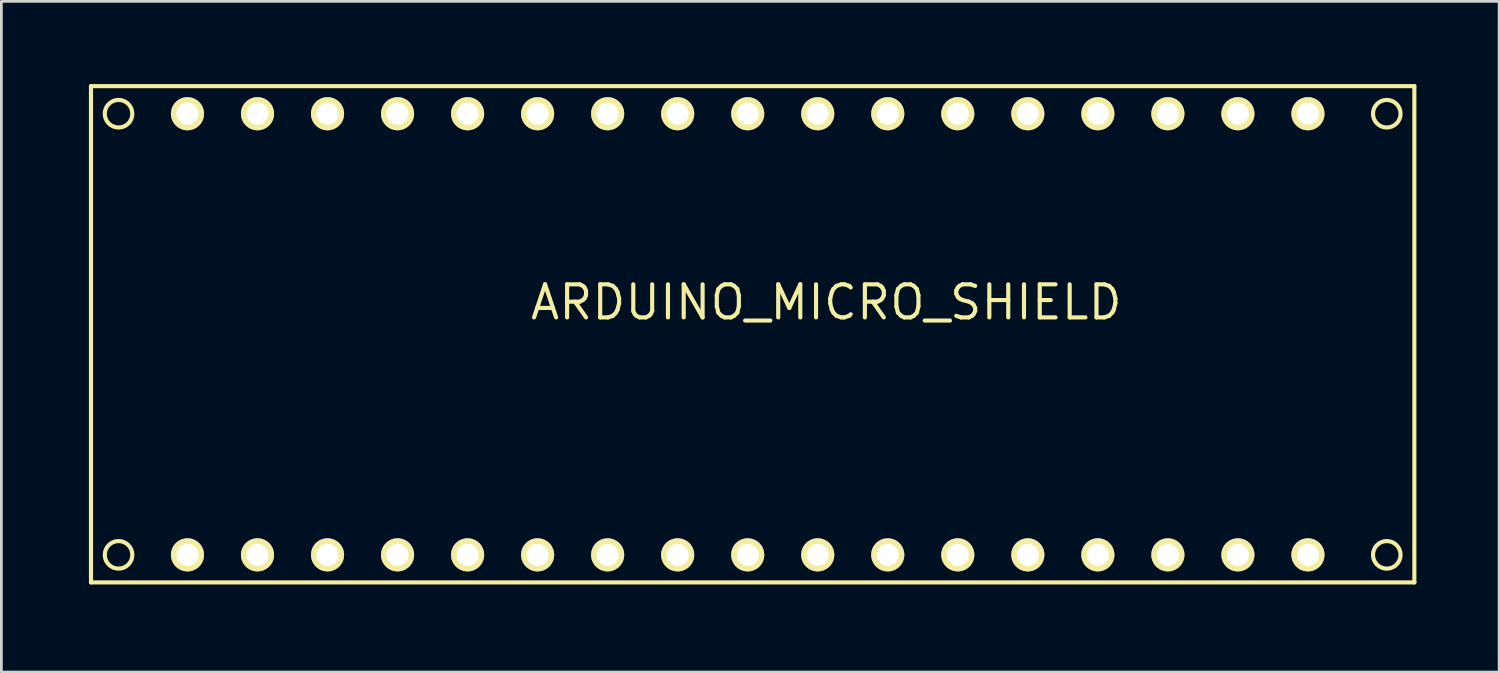
<source format=kicad_pcb>
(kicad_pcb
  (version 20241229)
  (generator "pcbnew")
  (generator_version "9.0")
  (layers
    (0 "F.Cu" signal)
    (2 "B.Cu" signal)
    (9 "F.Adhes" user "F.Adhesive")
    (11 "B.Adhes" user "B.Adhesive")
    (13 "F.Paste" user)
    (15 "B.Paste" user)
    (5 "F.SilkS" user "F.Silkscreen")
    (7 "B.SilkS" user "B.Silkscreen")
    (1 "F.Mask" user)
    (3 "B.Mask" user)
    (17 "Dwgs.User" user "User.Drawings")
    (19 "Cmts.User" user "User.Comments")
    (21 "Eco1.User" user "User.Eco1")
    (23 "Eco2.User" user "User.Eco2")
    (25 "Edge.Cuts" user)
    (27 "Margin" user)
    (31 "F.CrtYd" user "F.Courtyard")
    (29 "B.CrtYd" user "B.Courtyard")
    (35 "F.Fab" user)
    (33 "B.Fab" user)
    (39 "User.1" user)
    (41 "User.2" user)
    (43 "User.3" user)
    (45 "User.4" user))
  (footprint "ARDUINO_MICRO_SHIELD"
    (layer "F.Cu")
    (at 0.25 18.075)
    (property "Reference" "ARDUINO_MICRO_SHIELD" (at 26.67 -10.16 0) (layer "F.SilkS") (effects (font (size 1.2 1.2) (thickness 0.15))))
    (attr through_hole)
    (fp_line (start 0 -18) (end 48 -18) (stroke (width 0.15) (type solid)) (layer "F.SilkS"))
    (fp_line (start 0 0) (end 0 -18) (stroke (width 0.15) (type solid)) (layer "F.SilkS"))
    (fp_line (start 48 -18) (end 48 0) (stroke (width 0.15) (type solid)) (layer "F.SilkS"))
    (fp_line (start 48 0) (end 0 0) (stroke (width 0.15) (type solid)) (layer "F.SilkS"))
    (fp_circle (center 1 -17) (end 1.5 -17) (stroke (width 0.15) (type solid)) (fill no) (layer "F.SilkS"))
    (fp_circle (center 1 -1) (end 1.5 -1) (stroke (width 0.15) (type solid)) (fill no) (layer "F.SilkS"))
    (fp_circle (center 47 -17) (end 47.5 -17) (stroke (width 0.15) (type solid)) (fill no) (layer "F.SilkS"))
    (fp_circle (center 47 -1) (end 47.5 -1) (stroke (width 0.15) (type solid)) (fill no) (layer "F.SilkS"))
    (pad "2" thru_hole circle (at 18.74 -1) (size 1.2 1.2) (drill 0.8) (layers "*.Cu" "*.Mask" "F.SilkS"))
    (pad "3" thru_hole circle (at 21.28 -1) (size 1.2 1.2) (drill 0.8) (layers "*.Cu" "*.Mask" "F.SilkS"))
    (pad "3.3V" thru_hole circle (at 41.6 -17) (size 1.2 1.2) (drill 0.8) (layers "*.Cu" "*.Mask" "F.SilkS"))
    (pad "4" thru_hole circle (at 23.82 -1) (size 1.2 1.2) (drill 0.8) (layers "*.Cu" "*.Mask" "F.SilkS"))
    (pad "5" thru_hole circle (at 26.36 -1) (size 1.2 1.2) (drill 0.8) (layers "*.Cu" "*.Mask" "F.SilkS"))
    (pad "5V" thru_hole circle (at 16.2 -17) (size 1.2 1.2) (drill 0.8) (layers "*.Cu" "*.Mask" "F.SilkS"))
    (pad "6" thru_hole circle (at 28.9 -1) (size 1.2 1.2) (drill 0.8) (layers "*.Cu" "*.Mask" "F.SilkS"))
    (pad "7" thru_hole circle (at 31.44 -1) (size 1.2 1.2) (drill 0.8) (layers "*.Cu" "*.Mask" "F.SilkS"))
    (pad "8" thru_hole circle (at 33.98 -1) (size 1.2 1.2) (drill 0.8) (layers "*.Cu" "*.Mask" "F.SilkS"))
    (pad "9" thru_hole circle (at 36.52 -1) (size 1.2 1.2) (drill 0.8) (layers "*.Cu" "*.Mask" "F.SilkS"))
    (pad "10" thru_hole circle (at 39.06 -1) (size 1.2 1.2) (drill 0.8) (layers "*.Cu" "*.Mask" "F.SilkS"))
    (pad "11" thru_hole circle (at 41.6 -1) (size 1.2 1.2) (drill 0.8) (layers "*.Cu" "*.Mask" "F.SilkS"))
    (pad "12" thru_hole circle (at 44.14 -1) (size 1.2 1.2) (drill 0.8) (layers "*.Cu" "*.Mask" "F.SilkS"))
    (pad "13" thru_hole circle (at 44.14 -17) (size 1.2 1.2) (drill 0.8) (layers "*.Cu" "*.Mask" "F.SilkS"))
    (pad "A0" thru_hole circle (at 36.52 -17) (size 1.2 1.2) (drill 0.8) (layers "*.Cu" "*.Mask" "F.SilkS"))
    (pad "A1" thru_hole circle (at 33.98 -17) (size 1.2 1.2) (drill 0.8) (layers "*.Cu" "*.Mask" "F.SilkS"))
    (pad "A2" thru_hole circle (at 31.44 -17) (size 1.2 1.2) (drill 0.8) (layers "*.Cu" "*.Mask" "F.SilkS"))
    (pad "A3" thru_hole circle (at 28.9 -17) (size 1.2 1.2) (drill 0.8) (layers "*.Cu" "*.Mask" "F.SilkS"))
    (pad "A4" thru_hole circle (at 26.36 -17) (size 1.2 1.2) (drill 0.8) (layers "*.Cu" "*.Mask" "F.SilkS"))
    (pad "A5" thru_hole circle (at 23.82 -17) (size 1.2 1.2) (drill 0.8) (layers "*.Cu" "*.Mask" "F.SilkS"))
    (pad "AREF" thru_hole circle (at 39.06 -17) (size 1.2 1.2) (drill 0.8) (layers "*.Cu" "*.Mask" "F.SilkS"))
    (pad "GND" thru_hole circle (at 11.12 -17) (size 1.2 1.2) (drill 0.8) (layers "*.Cu" "*.Mask" "F.SilkS"))
    (pad "GND" thru_hole circle (at 16.2 -1) (size 1.2 1.2) (drill 0.8) (layers "*.Cu" "*.Mask" "F.SilkS"))
    (pad "MI" thru_hole circle (at 6.04 -17) (size 1.2 1.2) (drill 0.8) (layers "*.Cu" "*.Mask" "F.SilkS"))
    (pad "MO" thru_hole circle (at 3.5 -1) (size 1.2 1.2) (drill 0.8) (layers "*.Cu" "*.Mask" "F.SilkS"))
    (pad "NC" thru_hole circle (at 18.74 -17) (size 1.2 1.2) (drill 0.8) (layers "*.Cu" "*.Mask" "F.SilkS"))
    (pad "NC" thru_hole circle (at 21.28 -17) (size 1.2 1.2) (drill 0.8) (layers "*.Cu" "*.Mask" "F.SilkS"))
    (pad "RST" thru_hole circle (at 13.66 -17) (size 1.2 1.2) (drill 0.8) (layers "*.Cu" "*.Mask" "F.SilkS"))
    (pad "RST" thru_hole circle (at 13.66 -1) (size 1.2 1.2) (drill 0.8) (layers "*.Cu" "*.Mask" "F.SilkS"))
    (pad "RX" thru_hole circle (at 11.12 -1) (size 1.2 1.2) (drill 0.8) (layers "*.Cu" "*.Mask" "F.SilkS"))
    (pad "SCK" thru_hole circle (at 3.5 -17) (size 1.2 1.2) (drill 0.8) (layers "*.Cu" "*.Mask" "F.SilkS"))
    (pad "SS" thru_hole circle (at 6.04 -1) (size 1.2 1.2) (drill 0.8) (layers "*.Cu" "*.Mask" "F.SilkS"))
    (pad "TX" thru_hole circle (at 8.58 -1) (size 1.2 1.2) (drill 0.8) (layers "*.Cu" "*.Mask" "F.SilkS"))
    (pad "VI" thru_hole circle (at 8.58 -17) (size 1.2 1.2) (drill 0.8) (layers "*.Cu" "*.Mask" "F.SilkS")))
  (gr_rect
    (start -3 -3)
    (end 51.325 21.325)
    (stroke (width 0.1) (type default))
    (fill no)
    (layer "Edge.Cuts")))
</source>
